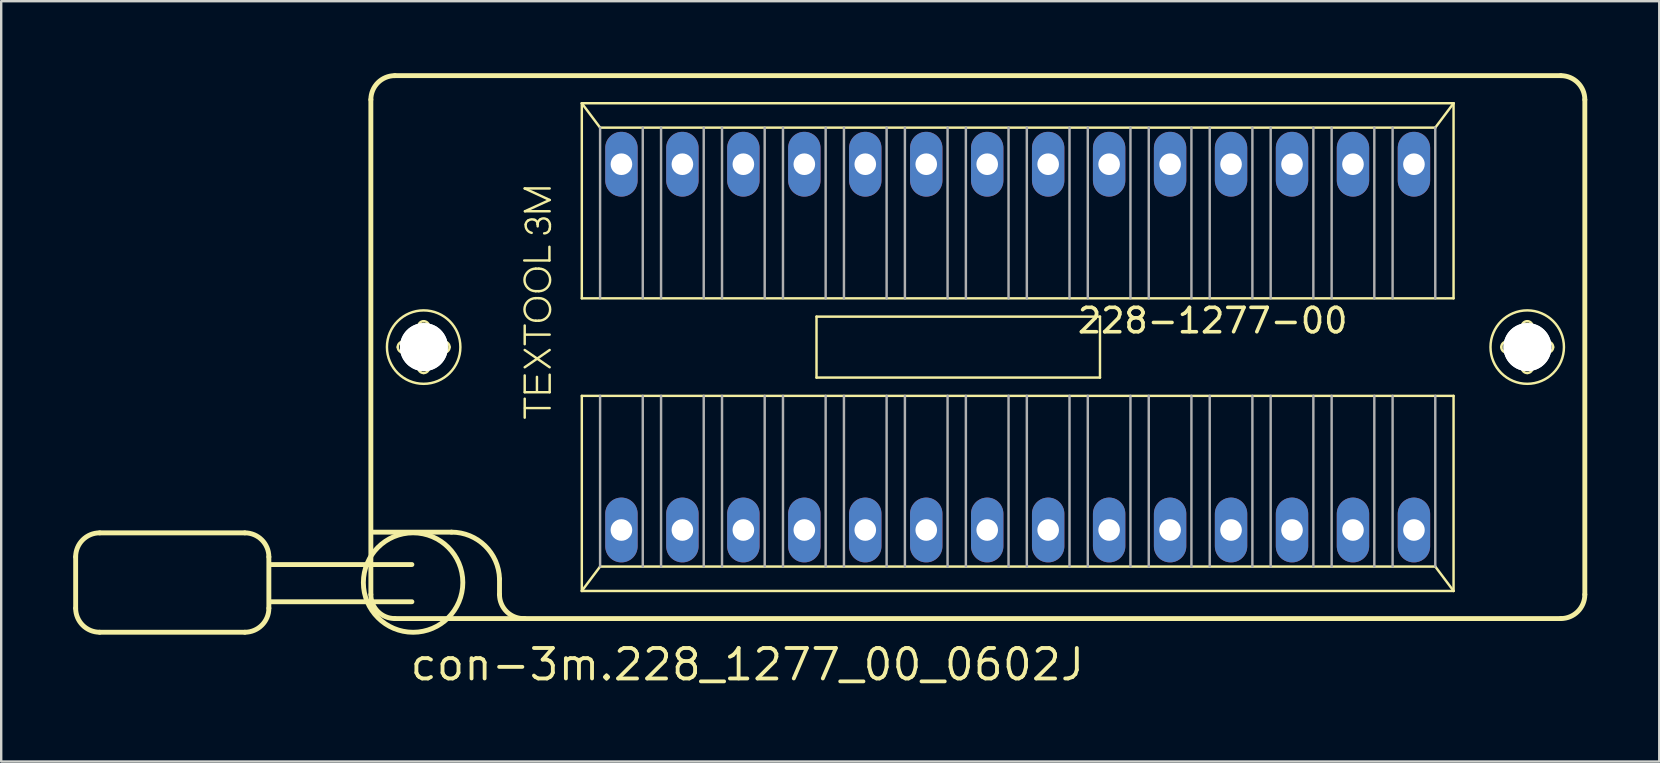
<source format=kicad_pcb>
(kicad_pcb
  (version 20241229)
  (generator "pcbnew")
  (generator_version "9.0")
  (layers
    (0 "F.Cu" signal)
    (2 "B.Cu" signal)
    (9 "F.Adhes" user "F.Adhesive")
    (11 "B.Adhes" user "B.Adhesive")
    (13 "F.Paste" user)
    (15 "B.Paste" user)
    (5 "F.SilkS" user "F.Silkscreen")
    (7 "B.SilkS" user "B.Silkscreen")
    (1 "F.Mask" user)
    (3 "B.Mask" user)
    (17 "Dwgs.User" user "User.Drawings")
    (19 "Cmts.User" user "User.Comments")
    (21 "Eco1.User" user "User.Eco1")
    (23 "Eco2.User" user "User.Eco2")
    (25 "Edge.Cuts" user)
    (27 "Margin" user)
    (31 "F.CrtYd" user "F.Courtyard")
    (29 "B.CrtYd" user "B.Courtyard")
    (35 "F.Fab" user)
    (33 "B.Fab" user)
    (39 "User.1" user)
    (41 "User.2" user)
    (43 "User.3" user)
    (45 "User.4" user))
  (footprint "con-3m.228_1277_00_0602J"
    (layer "F.Cu")
    (at 39.352 11.412)
    (property "Reference" "con-3m.228_1277_00_0602J" (at -25.4 13.97 0) (layer "F.SilkS") (effects (font (size 1.27 1.27) (thickness 0.16)) (justify left bottom)))
    (attr through_hole)
    (fp_line (start -39.25 8.74) (end -39.25 10.88) (stroke (width 0.203) (type default)) (layer "F.SilkS"))
    (fp_line (start -38.25 7.74) (end -32.2 7.74) (stroke (width 0.203) (type default)) (layer "F.SilkS"))
    (fp_line (start -32.2 11.88) (end -38.25 11.88) (stroke (width 0.203) (type default)) (layer "F.SilkS"))
    (fp_line (start -31.2 8.74) (end -31.2 10.88) (stroke (width 0.203) (type default)) (layer "F.SilkS"))
    (fp_line (start -26.95 10.31) (end -26.95 -10.31) (stroke (width 0.203) (type default)) (layer "F.SilkS"))
    (fp_line (start -26.84 7.71) (end -23.59 7.71) (stroke (width 0.203) (type default)) (layer "F.SilkS"))
    (fp_line (start -25.95 -11.31) (end 22.63 -11.31) (stroke (width 0.203) (type default)) (layer "F.SilkS"))
    (fp_line (start -25.6 -0.23) (end -25.05 -0.23) (stroke (width 0.102) (type default)) (layer "F.SilkS"))
    (fp_line (start -25.24 9.06) (end -31.15 9.06) (stroke (width 0.203) (type default)) (layer "F.SilkS"))
    (fp_line (start -25.24 10.61) (end -31.15 10.61) (stroke (width 0.203) (type default)) (layer "F.SilkS"))
    (fp_line (start -25.06 0.23) (end -25.6 0.23) (stroke (width 0.102) (type default)) (layer "F.SilkS"))
    (fp_line (start -24.98 -0.31) (end -24.98 -0.85) (stroke (width 0.102) (type default)) (layer "F.SilkS"))
    (fp_line (start -24.98 0.85) (end -24.98 0.3) (stroke (width 0.102) (type default)) (layer "F.SilkS"))
    (fp_line (start -24.52 -0.85) (end -24.52 -0.3) (stroke (width 0.102) (type default)) (layer "F.SilkS"))
    (fp_line (start -24.52 0.31) (end -24.52 0.85) (stroke (width 0.102) (type default)) (layer "F.SilkS"))
    (fp_line (start -24.44 -0.23) (end -23.9 -0.23) (stroke (width 0.102) (type default)) (layer "F.SilkS"))
    (fp_line (start -23.9 0.23) (end -24.45 0.23) (stroke (width 0.102) (type default)) (layer "F.SilkS"))
    (fp_line (start -21.59 9.66) (end -21.59 10.31) (stroke (width 0.203) (type default)) (layer "F.SilkS"))
    (fp_line (start -20.56 -3.61) (end -19.51 -3.61) (stroke (width 0.102) (type default)) (layer "F.SilkS"))
    (fp_line (start -20.54 -6.61) (end -19.5 -6.61) (stroke (width 0.102) (type default)) (layer "F.SilkS"))
    (fp_line (start -20.54 -0.12) (end -20.54 -0.9) (stroke (width 0.102) (type default)) (layer "F.SilkS"))
    (fp_line (start -20.54 0.12) (end -19.5 0.84) (stroke (width 0.102) (type default)) (layer "F.SilkS"))
    (fp_line (start -20.54 0.84) (end -19.5 0.12) (stroke (width 0.102) (type default)) (layer "F.SilkS"))
    (fp_line (start -20.54 1.18) (end -20.54 1.88) (stroke (width 0.102) (type default)) (layer "F.SilkS"))
    (fp_line (start -20.54 1.88) (end -19.5 1.88) (stroke (width 0.102) (type default)) (layer "F.SilkS"))
    (fp_line (start -20.54 2.94) (end -20.54 2.15) (stroke (width 0.102) (type default)) (layer "F.SilkS"))
    (fp_line (start -20.53 -5.66) (end -19.5 -6.13) (stroke (width 0.102) (type default)) (layer "F.SilkS"))
    (fp_line (start -20.53 2.54) (end -19.5 2.54) (stroke (width 0.102) (type default)) (layer "F.SilkS"))
    (fp_line (start -20.52 -0.52) (end -19.5 -0.52) (stroke (width 0.102) (type default)) (layer "F.SilkS"))
    (fp_line (start -20.08 -3.27) (end -19.95 -3.27) (stroke (width 0.102) (type default)) (layer "F.SilkS"))
    (fp_line (start -20.08 -2.33) (end -19.95 -2.33) (stroke (width 0.102) (type default)) (layer "F.SilkS"))
    (fp_line (start -20.08 -2.04) (end -19.95 -2.04) (stroke (width 0.102) (type default)) (layer "F.SilkS"))
    (fp_line (start -20.08 -1.1) (end -19.95 -1.1) (stroke (width 0.102) (type default)) (layer "F.SilkS"))
    (fp_line (start -20.03 1.24) (end -20.03 1.84) (stroke (width 0.102) (type default)) (layer "F.SilkS"))
    (fp_line (start -20 -5.03) (end -20 -5.12) (stroke (width 0.102) (type default)) (layer "F.SilkS"))
    (fp_line (start -19.51 -3.61) (end -19.51 -4.18) (stroke (width 0.102) (type default)) (layer "F.SilkS"))
    (fp_line (start -19.5 -6.13) (end -20.54 -6.61) (stroke (width 0.102) (type default)) (layer "F.SilkS"))
    (fp_line (start -19.5 -5.66) (end -20.53 -5.66) (stroke (width 0.102) (type default)) (layer "F.SilkS"))
    (fp_line (start -19.5 1.88) (end -19.5 1.15) (stroke (width 0.102) (type default)) (layer "F.SilkS"))
    (fp_line (start -18.161 -10.16) (end 18.161 -10.16) (stroke (width 0.102) (type default)) (layer "F.SilkS"))
    (fp_line (start -18.161 -2.032) (end -18.161 -10.16) (stroke (width 0.102) (type default)) (layer "F.SilkS"))
    (fp_line (start -18.161 2.032) (end 18.161 2.032) (stroke (width 0.102) (type default)) (layer "F.SilkS"))
    (fp_line (start -18.161 10.16) (end -18.161 2.032) (stroke (width 0.102) (type default)) (layer "F.SilkS"))
    (fp_line (start -18.161 10.16) (end -17.399 9.144) (stroke (width 0.102) (type default)) (layer "F.SilkS"))
    (fp_line (start -17.399 -9.144) (end -18.161 -10.16) (stroke (width 0.102) (type default)) (layer "F.SilkS"))
    (fp_line (start -17.399 9.144) (end 17.399 9.144) (stroke (width 0.102) (type default)) (layer "F.SilkS"))
    (fp_line (start -8.382 -1.27) (end 3.429 -1.27) (stroke (width 0.102) (type default)) (layer "F.SilkS"))
    (fp_line (start -8.382 1.27) (end -8.382 -1.27) (stroke (width 0.102) (type default)) (layer "F.SilkS"))
    (fp_line (start 3.429 -1.27) (end 3.429 1.27) (stroke (width 0.102) (type default)) (layer "F.SilkS"))
    (fp_line (start 3.429 1.27) (end -8.382 1.27) (stroke (width 0.102) (type default)) (layer "F.SilkS"))
    (fp_line (start 17.399 -9.144) (end -17.399 -9.144) (stroke (width 0.102) (type default)) (layer "F.SilkS"))
    (fp_line (start 17.399 9.144) (end 18.161 10.16) (stroke (width 0.102) (type default)) (layer "F.SilkS"))
    (fp_line (start 18.161 -10.16) (end 17.399 -9.144) (stroke (width 0.102) (type default)) (layer "F.SilkS"))
    (fp_line (start 18.161 -10.16) (end 18.161 -2.032) (stroke (width 0.102) (type default)) (layer "F.SilkS"))
    (fp_line (start 18.161 -2.032) (end -18.161 -2.032) (stroke (width 0.102) (type default)) (layer "F.SilkS"))
    (fp_line (start 18.161 2.032) (end 18.161 10.16) (stroke (width 0.102) (type default)) (layer "F.SilkS"))
    (fp_line (start 18.161 10.16) (end -18.161 10.16) (stroke (width 0.102) (type default)) (layer "F.SilkS"))
    (fp_line (start 20.38 -0.23) (end 20.93 -0.23) (stroke (width 0.102) (type default)) (layer "F.SilkS"))
    (fp_line (start 20.92 0.23) (end 20.38 0.23) (stroke (width 0.102) (type default)) (layer "F.SilkS"))
    (fp_line (start 21 -0.31) (end 21 -0.85) (stroke (width 0.102) (type default)) (layer "F.SilkS"))
    (fp_line (start 21 0.85) (end 21 0.3) (stroke (width 0.102) (type default)) (layer "F.SilkS"))
    (fp_line (start 21.46 -0.85) (end 21.46 -0.3) (stroke (width 0.102) (type default)) (layer "F.SilkS"))
    (fp_line (start 21.46 0.31) (end 21.46 0.85) (stroke (width 0.102) (type default)) (layer "F.SilkS"))
    (fp_line (start 21.54 -0.23) (end 22.08 -0.23) (stroke (width 0.102) (type default)) (layer "F.SilkS"))
    (fp_line (start 22.08 0.23) (end 21.53 0.23) (stroke (width 0.102) (type default)) (layer "F.SilkS"))
    (fp_line (start 22.63 11.31) (end -25.95 11.31) (stroke (width 0.203) (type default)) (layer "F.SilkS"))
    (fp_line (start 23.63 -10.31) (end 23.63 10.31) (stroke (width 0.203) (type default)) (layer "F.SilkS"))
    (fp_arc (start -39.25 8.74) (mid -38.957107 8.032893) (end -38.25 7.74) (stroke (width 0.2032) (type default)) (layer "F.SilkS"))
    (fp_arc (start -38.25 11.88) (mid -38.957107 11.587107) (end -39.25 10.88) (stroke (width 0.2032) (type default)) (layer "F.SilkS"))
    (fp_arc (start -32.2 7.74) (mid -31.492893 8.032893) (end -31.2 8.74) (stroke (width 0.2032) (type default)) (layer "F.SilkS"))
    (fp_arc (start -31.2 10.88) (mid -31.492893 11.587107) (end -32.2 11.88) (stroke (width 0.2032) (type default)) (layer "F.SilkS"))
    (fp_arc (start -26.95 -10.31) (mid -26.657107 -11.017107) (end -25.95 -11.31) (stroke (width 0.2032) (type default)) (layer "F.SilkS"))
    (fp_arc (start -25.95 11.31) (mid -26.657107 11.017107) (end -26.95 10.31) (stroke (width 0.2032) (type default)) (layer "F.SilkS"))
    (fp_arc (start -25.83 0) (mid -25.762635 -0.162635) (end -25.6 -0.23) (stroke (width 0.1016) (type default)) (layer "F.SilkS"))
    (fp_arc (start -25.6 0.23) (mid -25.762635 0.162635) (end -25.83 0) (stroke (width 0.1016) (type default)) (layer "F.SilkS"))
    (fp_arc (start -25.06 0.23) (mid -25.010503 0.250503) (end -24.99 0.3) (stroke (width 0.1016) (type default)) (layer "F.SilkS"))
    (fp_arc (start -24.98 -0.85) (mid -24.912635 -1.012635) (end -24.75 -1.08) (stroke (width 0.1016) (type default)) (layer "F.SilkS"))
    (fp_arc (start -24.98 -0.3) (mid -25.000503 -0.250503) (end -25.05 -0.23) (stroke (width 0.1016) (type default)) (layer "F.SilkS"))
    (fp_arc (start -24.75 -1.08) (mid -24.587365 -1.012635) (end -24.52 -0.85) (stroke (width 0.1016) (type default)) (layer "F.SilkS"))
    (fp_arc (start -24.75 1.08) (mid -24.912635 1.012635) (end -24.98 0.85) (stroke (width 0.1016) (type default)) (layer "F.SilkS"))
    (fp_arc (start -24.52 0.3) (mid -24.499497 0.250503) (end -24.45 0.23) (stroke (width 0.1016) (type default)) (layer "F.SilkS"))
    (fp_arc (start -24.52 0.85) (mid -24.587365 1.012635) (end -24.75 1.08) (stroke (width 0.1016) (type default)) (layer "F.SilkS"))
    (fp_arc (start -24.45 -0.23) (mid -24.499497 -0.250503) (end -24.52 -0.3) (stroke (width 0.1016) (type default)) (layer "F.SilkS"))
    (fp_arc (start -23.9 -0.23) (mid -23.737365 -0.162635) (end -23.67 0) (stroke (width 0.1016) (type default)) (layer "F.SilkS"))
    (fp_arc (start -23.67 0) (mid -23.737365 0.162635) (end -23.9 0.23) (stroke (width 0.1016) (type default)) (layer "F.SilkS"))
    (fp_arc (start -23.59 7.71) (mid -22.193341 8.27817) (end -21.59 9.66) (stroke (width 0.2032) (type default)) (layer "F.SilkS"))
    (fp_arc (start -20.54 11.31) (mid -21.279286 11.035) (end -21.59 10.31) (stroke (width 0.2032) (type default)) (layer "F.SilkS"))
    (fp_arc (start -20.5 -5.11) (mid -20.464621 -5.207696) (end -20.39 -5.28) (stroke (width 0.1016) (type default)) (layer "F.SilkS"))
    (fp_arc (start -20.39 -5.28) (mid -20.257382 -5.322157) (end -20.12 -5.3) (stroke (width 0.1016) (type default)) (layer "F.SilkS"))
    (fp_arc (start -20.25 -4.76) (mid -20.44297 -4.88645) (end -20.5 -5.11) (stroke (width 0.1016) (type default)) (layer "F.SilkS"))
    (fp_arc (start -20.12 -5.3) (mid -20.03275 -5.228167) (end -20 -5.12) (stroke (width 0.1016) (type default)) (layer "F.SilkS"))
    (fp_arc (start -20.08 -2.33) (mid -20.55 -2.8) (end -20.08 -3.27) (stroke (width 0.1016) (type default)) (layer "F.SilkS"))
    (fp_arc (start -20.08 -1.1) (mid -20.55 -1.57) (end -20.08 -2.04) (stroke (width 0.1016) (type default)) (layer "F.SilkS"))
    (fp_arc (start -20 -5.12) (mid -19.967891 -5.240938) (end -19.88 -5.33) (stroke (width 0.1016) (type default)) (layer "F.SilkS"))
    (fp_arc (start -19.95 -3.27) (mid -19.48 -2.8) (end -19.95 -2.33) (stroke (width 0.1016) (type default)) (layer "F.SilkS"))
    (fp_arc (start -19.95 -2.04) (mid -19.48 -1.57) (end -19.95 -1.1) (stroke (width 0.1016) (type default)) (layer "F.SilkS"))
    (fp_arc (start -19.88 -5.33) (mid -19.736886 -5.363595) (end -19.6 -5.31) (stroke (width 0.1016) (type default)) (layer "F.SilkS"))
    (fp_arc (start -19.6 -5.31) (mid -19.525084 -5.220954) (end -19.49 -5.11) (stroke (width 0.1016) (type default)) (layer "F.SilkS"))
    (fp_arc (start -19.5 -4.92) (mid -19.582524 -4.788503) (end -19.73 -4.74) (stroke (width 0.1016) (type default)) (layer "F.SilkS"))
    (fp_arc (start -19.49 -5.11) (mid -19.487277 -5.014594) (end -19.5 -4.92) (stroke (width 0.1016) (type default)) (layer "F.SilkS"))
    (fp_arc (start 20.15 0) (mid 20.217365 -0.162635) (end 20.38 -0.23) (stroke (width 0.1016) (type default)) (layer "F.SilkS"))
    (fp_arc (start 20.38 0.23) (mid 20.217365 0.162635) (end 20.15 0) (stroke (width 0.1016) (type default)) (layer "F.SilkS"))
    (fp_arc (start 20.92 0.23) (mid 20.969497 0.250503) (end 20.99 0.3) (stroke (width 0.1016) (type default)) (layer "F.SilkS"))
    (fp_arc (start 21 -0.85) (mid 21.067365 -1.012635) (end 21.23 -1.08) (stroke (width 0.1016) (type default)) (layer "F.SilkS"))
    (fp_arc (start 21 -0.3) (mid 20.979497 -0.250503) (end 20.93 -0.23) (stroke (width 0.1016) (type default)) (layer "F.SilkS"))
    (fp_arc (start 21.23 -1.08) (mid 21.392635 -1.012635) (end 21.46 -0.85) (stroke (width 0.1016) (type default)) (layer "F.SilkS"))
    (fp_arc (start 21.23 1.08) (mid 21.067365 1.012635) (end 21 0.85) (stroke (width 0.1016) (type default)) (layer "F.SilkS"))
    (fp_arc (start 21.46 0.3) (mid 21.480503 0.250503) (end 21.53 0.23) (stroke (width 0.1016) (type default)) (layer "F.SilkS"))
    (fp_arc (start 21.46 0.85) (mid 21.392635 1.012635) (end 21.23 1.08) (stroke (width 0.1016) (type default)) (layer "F.SilkS"))
    (fp_arc (start 21.53 -0.23) (mid 21.480503 -0.250503) (end 21.46 -0.3) (stroke (width 0.1016) (type default)) (layer "F.SilkS"))
    (fp_arc (start 22.08 -0.23) (mid 22.242635 -0.162635) (end 22.31 0) (stroke (width 0.1016) (type default)) (layer "F.SilkS"))
    (fp_arc (start 22.31 0) (mid 22.242635 0.162635) (end 22.08 0.23) (stroke (width 0.1016) (type default)) (layer "F.SilkS"))
    (fp_arc (start 22.63 -11.31) (mid 23.337107 -11.017107) (end 23.63 -10.31) (stroke (width 0.2032) (type default)) (layer "F.SilkS"))
    (fp_arc (start 23.63 10.31) (mid 23.337107 11.017107) (end 22.63 11.31) (stroke (width 0.2032) (type default)) (layer "F.SilkS"))
    (fp_circle (center -25.19 9.81) (end -23.118 9.81) (stroke (width 0.203) (type default)) (fill no) (layer "F.SilkS"))
    (fp_circle (center -24.75 0) (end -23.22 0) (stroke (width 0.102) (type default)) (fill no) (layer "F.SilkS"))
    (fp_circle (center 21.23 0) (end 22.76 0) (stroke (width 0.102) (type default)) (fill no) (layer "F.SilkS"))
    (fp_line (start -17.399 -9.144) (end -17.399 -2.032) (stroke (width 0.102) (type default)) (layer "F.Fab"))
    (fp_line (start -17.399 2.032) (end -17.399 9.144) (stroke (width 0.102) (type default)) (layer "F.Fab"))
    (fp_line (start -15.621 -2.032) (end -15.621 -9.144) (stroke (width 0.102) (type default)) (layer "F.Fab"))
    (fp_line (start -15.621 2.032) (end -15.621 9.144) (stroke (width 0.102) (type default)) (layer "F.Fab"))
    (fp_line (start -14.859 -2.032) (end -14.859 -9.144) (stroke (width 0.102) (type default)) (layer "F.Fab"))
    (fp_line (start -14.859 2.032) (end -14.859 9.144) (stroke (width 0.102) (type default)) (layer "F.Fab"))
    (fp_line (start -13.081 -2.032) (end -13.081 -9.144) (stroke (width 0.102) (type default)) (layer "F.Fab"))
    (fp_line (start -13.081 2.032) (end -13.081 9.144) (stroke (width 0.102) (type default)) (layer "F.Fab"))
    (fp_line (start -12.319 -2.032) (end -12.319 -9.144) (stroke (width 0.102) (type default)) (layer "F.Fab"))
    (fp_line (start -12.319 2.032) (end -12.319 9.144) (stroke (width 0.102) (type default)) (layer "F.Fab"))
    (fp_line (start -10.541 -2.032) (end -10.541 -9.144) (stroke (width 0.102) (type default)) (layer "F.Fab"))
    (fp_line (start -10.541 2.032) (end -10.541 9.144) (stroke (width 0.102) (type default)) (layer "F.Fab"))
    (fp_line (start -9.779 -2.032) (end -9.779 -9.144) (stroke (width 0.102) (type default)) (layer "F.Fab"))
    (fp_line (start -9.779 2.032) (end -9.779 9.144) (stroke (width 0.102) (type default)) (layer "F.Fab"))
    (fp_line (start -8.001 -2.032) (end -8.001 -9.144) (stroke (width 0.102) (type default)) (layer "F.Fab"))
    (fp_line (start -8.001 2.032) (end -8.001 9.144) (stroke (width 0.102) (type default)) (layer "F.Fab"))
    (fp_line (start -7.239 -2.032) (end -7.239 -9.144) (stroke (width 0.102) (type default)) (layer "F.Fab"))
    (fp_line (start -7.239 2.032) (end -7.239 9.144) (stroke (width 0.102) (type default)) (layer "F.Fab"))
    (fp_line (start -5.461 -2.032) (end -5.461 -9.144) (stroke (width 0.102) (type default)) (layer "F.Fab"))
    (fp_line (start -5.461 2.032) (end -5.461 9.144) (stroke (width 0.102) (type default)) (layer "F.Fab"))
    (fp_line (start -4.699 -2.032) (end -4.699 -9.144) (stroke (width 0.102) (type default)) (layer "F.Fab"))
    (fp_line (start -4.699 2.032) (end -4.699 9.144) (stroke (width 0.102) (type default)) (layer "F.Fab"))
    (fp_line (start -2.921 -2.032) (end -2.921 -9.144) (stroke (width 0.102) (type default)) (layer "F.Fab"))
    (fp_line (start -2.921 2.032) (end -2.921 9.144) (stroke (width 0.102) (type default)) (layer "F.Fab"))
    (fp_line (start -2.159 -2.032) (end -2.159 -9.144) (stroke (width 0.102) (type default)) (layer "F.Fab"))
    (fp_line (start -2.159 2.032) (end -2.159 9.144) (stroke (width 0.102) (type default)) (layer "F.Fab"))
    (fp_line (start -0.381 -2.032) (end -0.381 -9.144) (stroke (width 0.102) (type default)) (layer "F.Fab"))
    (fp_line (start -0.381 2.032) (end -0.381 9.144) (stroke (width 0.102) (type default)) (layer "F.Fab"))
    (fp_line (start 0.381 -2.032) (end 0.381 -9.144) (stroke (width 0.102) (type default)) (layer "F.Fab"))
    (fp_line (start 0.381 2.032) (end 0.381 9.144) (stroke (width 0.102) (type default)) (layer "F.Fab"))
    (fp_line (start 2.159 -2.032) (end 2.159 -9.144) (stroke (width 0.102) (type default)) (layer "F.Fab"))
    (fp_line (start 2.159 2.032) (end 2.159 9.144) (stroke (width 0.102) (type default)) (layer "F.Fab"))
    (fp_line (start 2.921 -2.032) (end 2.921 -9.144) (stroke (width 0.102) (type default)) (layer "F.Fab"))
    (fp_line (start 2.921 2.032) (end 2.921 9.144) (stroke (width 0.102) (type default)) (layer "F.Fab"))
    (fp_line (start 4.699 -2.032) (end 4.699 -9.144) (stroke (width 0.102) (type default)) (layer "F.Fab"))
    (fp_line (start 4.699 2.032) (end 4.699 9.144) (stroke (width 0.102) (type default)) (layer "F.Fab"))
    (fp_line (start 5.461 -2.032) (end 5.461 -9.144) (stroke (width 0.102) (type default)) (layer "F.Fab"))
    (fp_line (start 5.461 2.032) (end 5.461 9.144) (stroke (width 0.102) (type default)) (layer "F.Fab"))
    (fp_line (start 7.239 -2.032) (end 7.239 -9.144) (stroke (width 0.102) (type default)) (layer "F.Fab"))
    (fp_line (start 7.239 2.032) (end 7.239 9.144) (stroke (width 0.102) (type default)) (layer "F.Fab"))
    (fp_line (start 8.001 -2.032) (end 8.001 -9.144) (stroke (width 0.102) (type default)) (layer "F.Fab"))
    (fp_line (start 8.001 2.032) (end 8.001 9.144) (stroke (width 0.102) (type default)) (layer "F.Fab"))
    (fp_line (start 9.779 -2.032) (end 9.779 -9.144) (stroke (width 0.102) (type default)) (layer "F.Fab"))
    (fp_line (start 9.779 2.032) (end 9.779 9.144) (stroke (width 0.102) (type default)) (layer "F.Fab"))
    (fp_line (start 10.541 -2.032) (end 10.541 -9.144) (stroke (width 0.102) (type default)) (layer "F.Fab"))
    (fp_line (start 10.541 2.032) (end 10.541 9.144) (stroke (width 0.102) (type default)) (layer "F.Fab"))
    (fp_line (start 12.319 -2.032) (end 12.319 -9.144) (stroke (width 0.102) (type default)) (layer "F.Fab"))
    (fp_line (start 12.319 2.032) (end 12.319 9.144) (stroke (width 0.102) (type default)) (layer "F.Fab"))
    (fp_line (start 13.081 -2.032) (end 13.081 -9.144) (stroke (width 0.102) (type default)) (layer "F.Fab"))
    (fp_line (start 13.081 2.032) (end 13.081 9.144) (stroke (width 0.102) (type default)) (layer "F.Fab"))
    (fp_line (start 14.859 -2.032) (end 14.859 -9.144) (stroke (width 0.102) (type default)) (layer "F.Fab"))
    (fp_line (start 14.859 2.032) (end 14.859 9.144) (stroke (width 0.102) (type default)) (layer "F.Fab"))
    (fp_line (start 15.621 -2.032) (end 15.621 -9.144) (stroke (width 0.102) (type default)) (layer "F.Fab"))
    (fp_line (start 15.621 2.032) (end 15.621 9.144) (stroke (width 0.102) (type default)) (layer "F.Fab"))
    (fp_line (start 17.399 -2.032) (end 17.399 -9.144) (stroke (width 0.102) (type default)) (layer "F.Fab"))
    (fp_line (start 17.399 9.144) (end 17.399 2.032) (stroke (width 0.102) (type default)) (layer "F.Fab"))
    (fp_text user "228-1277-00" (at 2.413 -0.508 180) (layer "F.SilkS") (effects (font (size 1.016 1.016) (thickness 0.15)) (justify left bottom)))
    (pad "" np_thru_hole circle (at -24.74 0) (size 2 2) (drill 2) (layers "*.Cu" "*.Mask"))
    (pad "" np_thru_hole circle (at -24.74 0) (size 2 2) (drill 2) (layers "*.Cu" "*.Mask"))
    (pad "" np_thru_hole circle (at 21.24 0) (size 2 2) (drill 2) (layers "*.Cu" "*.Mask"))
    (pad "" np_thru_hole circle (at 21.24 0) (size 2 2) (drill 2) (layers "*.Cu" "*.Mask"))
    (pad "1" thru_hole oval (at -16.51 7.62 90) (size 2.7 1.35) (drill 0.9) (layers "*.Cu" "*.Mask"))
    (pad "2" thru_hole oval (at -13.97 7.62 90) (size 2.7 1.35) (drill 0.9) (layers "*.Cu" "*.Mask"))
    (pad "3" thru_hole oval (at -11.43 7.62 90) (size 2.7 1.35) (drill 0.9) (layers "*.Cu" "*.Mask"))
    (pad "4" thru_hole oval (at -8.89 7.62 90) (size 2.7 1.35) (drill 0.9) (layers "*.Cu" "*.Mask"))
    (pad "5" thru_hole oval (at -6.35 7.62 90) (size 2.7 1.35) (drill 0.9) (layers "*.Cu" "*.Mask"))
    (pad "6" thru_hole oval (at -3.81 7.62 90) (size 2.7 1.35) (drill 0.9) (layers "*.Cu" "*.Mask"))
    (pad "7" thru_hole oval (at -1.27 7.62 90) (size 2.7 1.35) (drill 0.9) (layers "*.Cu" "*.Mask"))
    (pad "8" thru_hole oval (at 1.27 7.62 90) (size 2.7 1.35) (drill 0.9) (layers "*.Cu" "*.Mask"))
    (pad "9" thru_hole oval (at 3.81 7.62 90) (size 2.7 1.35) (drill 0.9) (layers "*.Cu" "*.Mask"))
    (pad "10" thru_hole oval (at 6.35 7.62 90) (size 2.7 1.35) (drill 0.9) (layers "*.Cu" "*.Mask"))
    (pad "11" thru_hole oval (at 8.89 7.62 90) (size 2.7 1.35) (drill 0.9) (layers "*.Cu" "*.Mask"))
    (pad "12" thru_hole oval (at 11.43 7.62 90) (size 2.7 1.35) (drill 0.9) (layers "*.Cu" "*.Mask"))
    (pad "13" thru_hole oval (at 13.97 7.62 90) (size 2.7 1.35) (drill 0.9) (layers "*.Cu" "*.Mask"))
    (pad "14" thru_hole oval (at 16.51 7.62 90) (size 2.7 1.35) (drill 0.9) (layers "*.Cu" "*.Mask"))
    (pad "15" thru_hole oval (at 16.51 -7.62 90) (size 2.7 1.35) (drill 0.9) (layers "*.Cu" "*.Mask"))
    (pad "16" thru_hole oval (at 13.97 -7.62 90) (size 2.7 1.35) (drill 0.9) (layers "*.Cu" "*.Mask"))
    (pad "17" thru_hole oval (at 11.43 -7.62 90) (size 2.7 1.35) (drill 0.9) (layers "*.Cu" "*.Mask"))
    (pad "18" thru_hole oval (at 8.89 -7.62 90) (size 2.7 1.35) (drill 0.9) (layers "*.Cu" "*.Mask"))
    (pad "19" thru_hole oval (at 6.35 -7.62 90) (size 2.7 1.35) (drill 0.9) (layers "*.Cu" "*.Mask"))
    (pad "20" thru_hole oval (at 3.81 -7.62 90) (size 2.7 1.35) (drill 0.9) (layers "*.Cu" "*.Mask"))
    (pad "21" thru_hole oval (at 1.27 -7.62 90) (size 2.7 1.35) (drill 0.9) (layers "*.Cu" "*.Mask"))
    (pad "22" thru_hole oval (at -1.27 -7.62 90) (size 2.7 1.35) (drill 0.9) (layers "*.Cu" "*.Mask"))
    (pad "23" thru_hole oval (at -3.81 -7.62 90) (size 2.7 1.35) (drill 0.9) (layers "*.Cu" "*.Mask"))
    (pad "24" thru_hole oval (at -6.35 -7.62 90) (size 2.7 1.35) (drill 0.9) (layers "*.Cu" "*.Mask"))
    (pad "25" thru_hole oval (at -8.89 -7.62 90) (size 2.7 1.35) (drill 0.9) (layers "*.Cu" "*.Mask"))
    (pad "26" thru_hole oval (at -11.43 -7.62 90) (size 2.7 1.35) (drill 0.9) (layers "*.Cu" "*.Mask"))
    (pad "27" thru_hole oval (at -13.97 -7.62 90) (size 2.7 1.35) (drill 0.9) (layers "*.Cu" "*.Mask"))
    (pad "28" thru_hole oval (at -16.51 -7.62 90) (size 2.7 1.35) (drill 0.9) (layers "*.Cu" "*.Mask")))
  (gr_rect
    (start -3 -3)
    (end 66.083 28.679)
    (stroke (width 0.1) (type default))
    (fill no)
    (layer "Edge.Cuts")))
</source>
